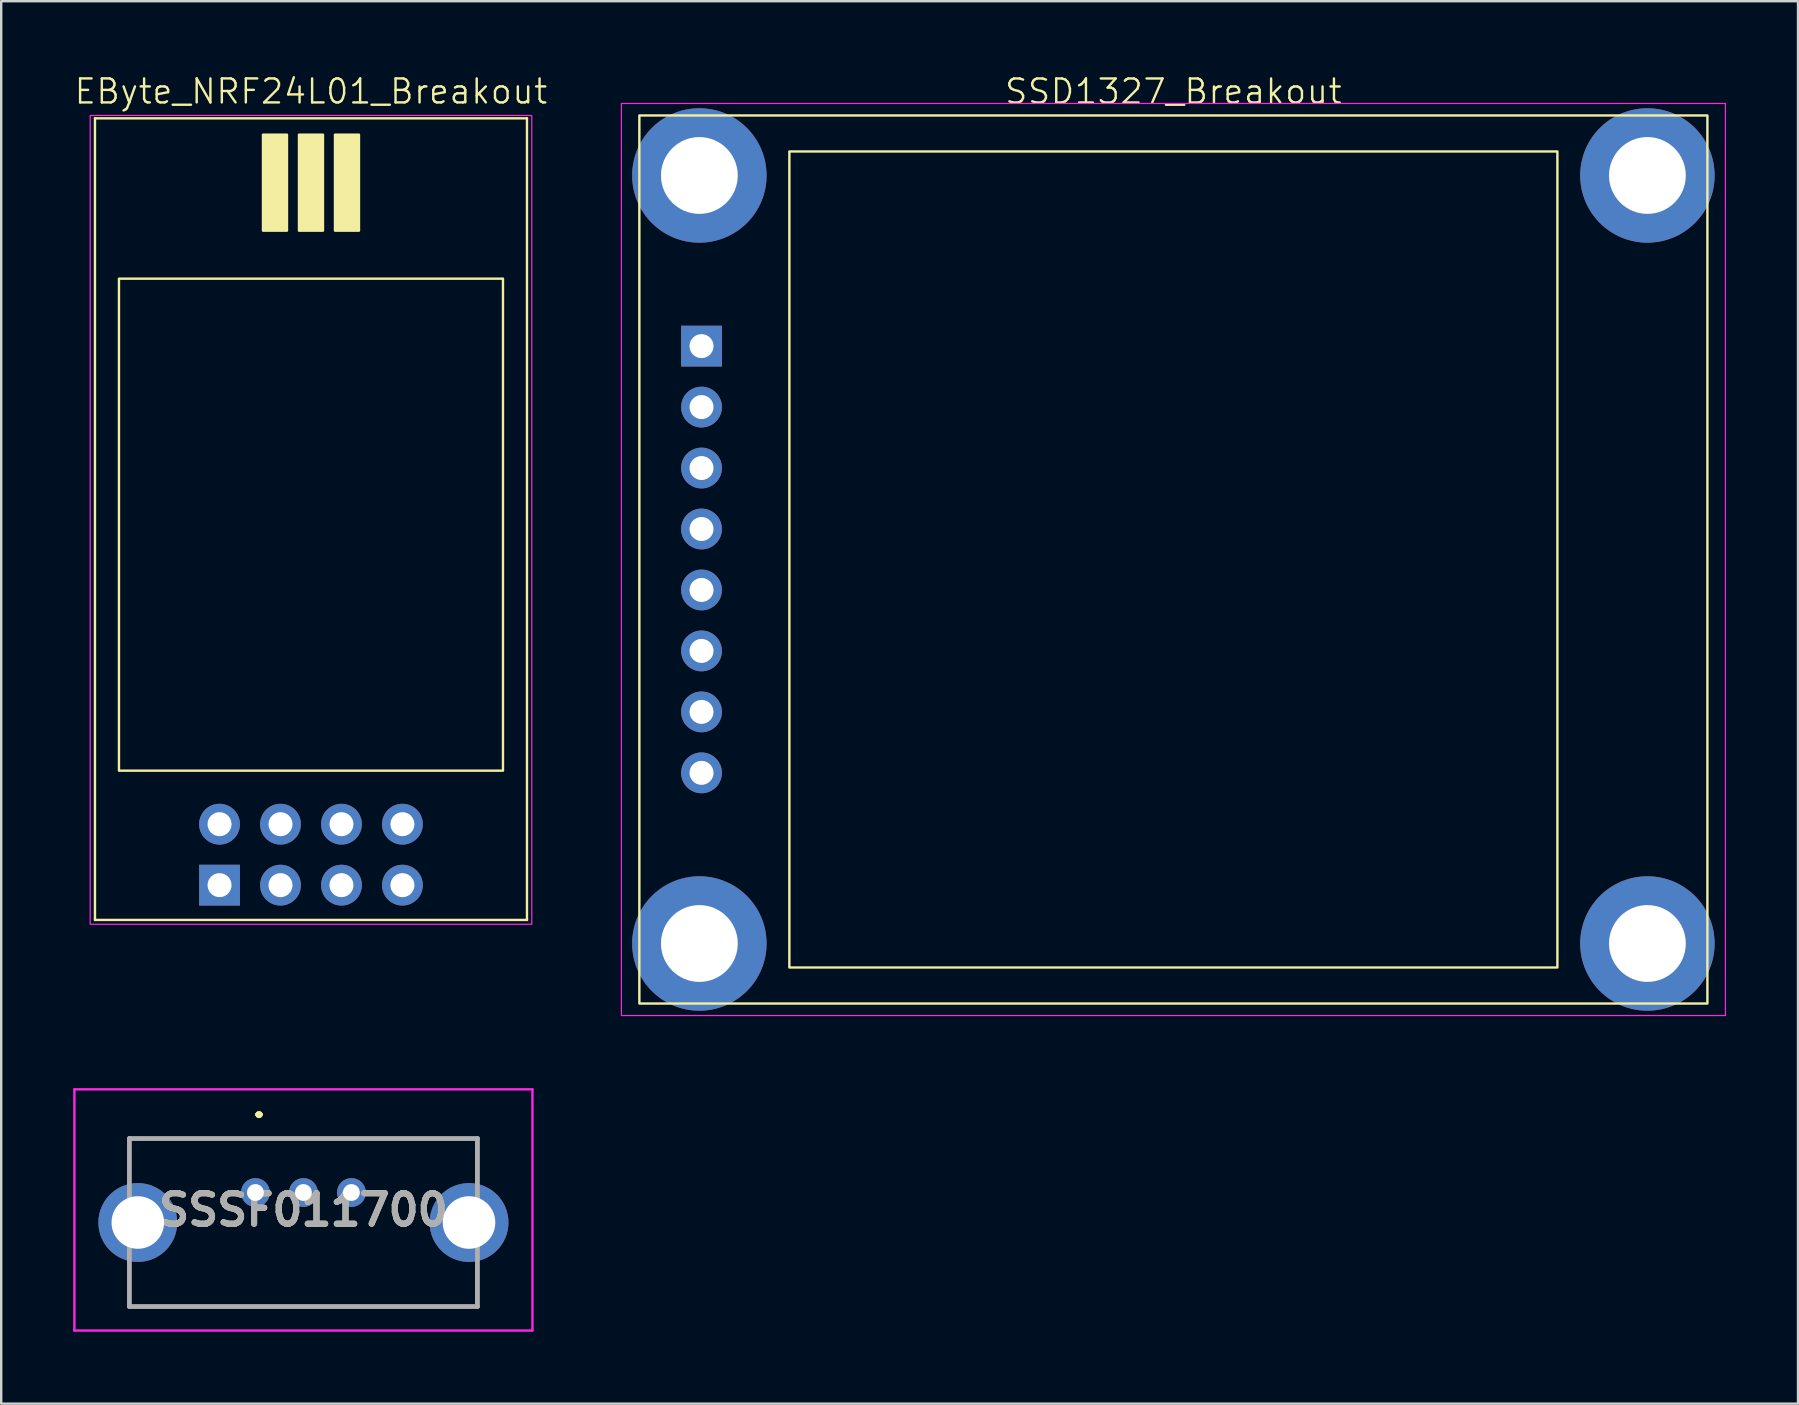
<source format=kicad_pcb>
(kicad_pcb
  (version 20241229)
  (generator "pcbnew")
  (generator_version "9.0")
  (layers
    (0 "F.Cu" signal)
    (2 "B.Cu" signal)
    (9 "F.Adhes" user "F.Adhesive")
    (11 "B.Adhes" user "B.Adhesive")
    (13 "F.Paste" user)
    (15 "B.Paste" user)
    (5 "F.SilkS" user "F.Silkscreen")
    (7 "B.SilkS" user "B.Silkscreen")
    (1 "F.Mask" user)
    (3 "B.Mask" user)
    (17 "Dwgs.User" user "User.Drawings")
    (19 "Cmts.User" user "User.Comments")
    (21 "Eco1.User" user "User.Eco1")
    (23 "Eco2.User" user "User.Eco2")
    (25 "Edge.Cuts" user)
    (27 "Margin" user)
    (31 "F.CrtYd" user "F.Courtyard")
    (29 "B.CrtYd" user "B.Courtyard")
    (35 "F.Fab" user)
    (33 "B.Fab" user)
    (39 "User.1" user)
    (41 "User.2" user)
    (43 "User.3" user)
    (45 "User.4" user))
  (footprint "EByte_NRF24L01_Breakout"
    (layer "F.Cu")
    (at 9.907 32.56)
    (property "Reference" "EByte_NRF24L01_Breakout" (at 0 -31.8 0) (unlocked yes) (layer "F.SilkS") (effects (font (size 1 1) (thickness 0.1))))
    (attr smd)
    (fp_line (start -9 -30.68) (end -9 2.72) (stroke (width 0.1) (type default)) (layer "F.SilkS"))
    (fp_line (start -9 2.72) (end 9 2.72) (stroke (width 0.1) (type default)) (layer "F.SilkS"))
    (fp_line (start 9 -30.68) (end -9 -30.68) (stroke (width 0.1) (type default)) (layer "F.SilkS"))
    (fp_line (start 9 2.72) (end 9 -30.68) (stroke (width 0.1) (type default)) (layer "F.SilkS"))
    (fp_rect (start -8 -24) (end 8 -3.5) (stroke (width 0.1) (type default)) (fill no) (layer "F.SilkS"))
    (fp_rect (start -2 -30) (end -1 -26) (stroke (width 0.1) (type solid)) (fill yes) (layer "F.SilkS"))
    (fp_rect (start -0.5 -30) (end 0.5 -26) (stroke (width 0.1) (type solid)) (fill yes) (layer "F.SilkS"))
    (fp_rect (start 1 -30) (end 2 -26) (stroke (width 0.1) (type solid)) (fill yes) (layer "F.SilkS"))
    (fp_rect (start -9.2 -30.8) (end 9.2 2.9) (stroke (width 0.05) (type default)) (fill no) (layer "F.CrtYd"))
    (pad "1" thru_hole rect (at -3.81 1.27 90) (size 1.7 1.7) (drill 1) (layers "*.Cu" "*.Mask"))
    (pad "2" thru_hole circle (at -3.81 -1.27 90) (size 1.7 1.7) (drill 1) (layers "*.Cu" "*.Mask"))
    (pad "3" thru_hole circle (at -1.27 1.27 90) (size 1.7 1.7) (drill 1) (layers "*.Cu" "*.Mask"))
    (pad "4" thru_hole circle (at -1.27 -1.27 90) (size 1.7 1.7) (drill 1) (layers "*.Cu" "*.Mask"))
    (pad "5" thru_hole circle (at 1.27 1.27 90) (size 1.7 1.7) (drill 1) (layers "*.Cu" "*.Mask"))
    (pad "6" thru_hole circle (at 1.27 -1.27 90) (size 1.7 1.7) (drill 1) (layers "*.Cu" "*.Mask"))
    (pad "7" thru_hole circle (at 3.81 1.27 90) (size 1.7 1.7) (drill 1) (layers "*.Cu" "*.Mask"))
    (pad "8" thru_hole circle (at 3.81 -1.27 90) (size 1.7 1.7) (drill 1) (layers "*.Cu" "*.Mask")))
  (footprint "SSSF011700"
    (layer "F.Cu")
    (at 7.592 46.636)
    (property "Reference" "SSSF011700" (at 2 0.725 0) (layer "F.SilkS") (effects (font (size 1.27 1.27) (thickness 0.254))))
    (attr through_hole)
    (fp_line (start -5.25 -2.25) (end -5.25 -2.25) (stroke (width 0.1) (type solid)) (layer "F.SilkS"))
    (fp_line (start -5.25 -2.25) (end -5.25 -2.25) (stroke (width 0.1) (type solid)) (layer "F.SilkS"))
    (fp_line (start -5.25 -2.25) (end -5.25 -1) (stroke (width 0.1) (type solid)) (layer "F.SilkS"))
    (fp_line (start -5.25 -2.25) (end 9.25 -2.25) (stroke (width 0.1) (type solid)) (layer "F.SilkS"))
    (fp_line (start -5.25 -1) (end -5.25 -2.25) (stroke (width 0.1) (type solid)) (layer "F.SilkS"))
    (fp_line (start -5.25 -1) (end -5.25 -1) (stroke (width 0.1) (type solid)) (layer "F.SilkS"))
    (fp_line (start -5.25 3.5) (end -5.25 3.5) (stroke (width 0.1) (type solid)) (layer "F.SilkS"))
    (fp_line (start -5.25 3.5) (end -5.25 4.75) (stroke (width 0.1) (type solid)) (layer "F.SilkS"))
    (fp_line (start -5.25 4.75) (end -5.25 3.5) (stroke (width 0.1) (type solid)) (layer "F.SilkS"))
    (fp_line (start -5.25 4.75) (end -5.25 4.75) (stroke (width 0.1) (type solid)) (layer "F.SilkS"))
    (fp_line (start -5.25 4.75) (end -5.25 4.75) (stroke (width 0.1) (type solid)) (layer "F.SilkS"))
    (fp_line (start -5.25 4.75) (end 9.25 4.75) (stroke (width 0.1) (type solid)) (layer "F.SilkS"))
    (fp_line (start 0.1 -3.25) (end 0.1 -3.25) (stroke (width 0.2) (type solid)) (layer "F.SilkS"))
    (fp_line (start 0.1 -3.25) (end 0.1 -3.25) (stroke (width 0.2) (type solid)) (layer "F.SilkS"))
    (fp_line (start 0.2 -3.25) (end 0.2 -3.25) (stroke (width 0.2) (type solid)) (layer "F.SilkS"))
    (fp_line (start 9.25 -2.25) (end -5.25 -2.25) (stroke (width 0.1) (type solid)) (layer "F.SilkS"))
    (fp_line (start 9.25 -2.25) (end 9.25 -2.25) (stroke (width 0.1) (type solid)) (layer "F.SilkS"))
    (fp_line (start 9.25 -2.25) (end 9.25 -2.25) (stroke (width 0.1) (type solid)) (layer "F.SilkS"))
    (fp_line (start 9.25 -2.25) (end 9.25 -1) (stroke (width 0.1) (type solid)) (layer "F.SilkS"))
    (fp_line (start 9.25 -1) (end 9.25 -2.25) (stroke (width 0.1) (type solid)) (layer "F.SilkS"))
    (fp_line (start 9.25 -1) (end 9.25 -1) (stroke (width 0.1) (type solid)) (layer "F.SilkS"))
    (fp_line (start 9.25 3.5) (end 9.25 3.5) (stroke (width 0.1) (type solid)) (layer "F.SilkS"))
    (fp_line (start 9.25 3.5) (end 9.25 4.75) (stroke (width 0.1) (type solid)) (layer "F.SilkS"))
    (fp_line (start 9.25 4.75) (end -5.25 4.75) (stroke (width 0.1) (type solid)) (layer "F.SilkS"))
    (fp_line (start 9.25 4.75) (end 9.25 3.5) (stroke (width 0.1) (type solid)) (layer "F.SilkS"))
    (fp_line (start 9.25 4.75) (end 9.25 4.75) (stroke (width 0.1) (type solid)) (layer "F.SilkS"))
    (fp_line (start 9.25 4.75) (end 9.25 4.75) (stroke (width 0.1) (type solid)) (layer "F.SilkS"))
    (fp_arc (start 0.1 -3.25) (mid 0.15 -3.3) (end 0.2 -3.25) (stroke (width 0.2) (type solid)) (layer "F.SilkS"))
    (fp_arc (start 0.2 -3.25) (mid 0.15 -3.2) (end 0.1 -3.25) (stroke (width 0.2) (type solid)) (layer "F.SilkS"))
    (fp_arc (start 0.2 -3.25) (mid 0.15 -3.2) (end 0.1 -3.25) (stroke (width 0.2) (type solid)) (layer "F.SilkS"))
    (fp_line (start -7.542 -4.3) (end 11.542 -4.3) (stroke (width 0.1) (type solid)) (layer "F.CrtYd"))
    (fp_line (start -7.542 5.75) (end -7.542 -4.3) (stroke (width 0.1) (type solid)) (layer "F.CrtYd"))
    (fp_line (start 11.542 -4.3) (end 11.542 5.75) (stroke (width 0.1) (type solid)) (layer "F.CrtYd"))
    (fp_line (start 11.542 5.75) (end -7.542 5.75) (stroke (width 0.1) (type solid)) (layer "F.CrtYd"))
    (fp_line (start -5.25 -2.25) (end -5.25 4.75) (stroke (width 0.2) (type solid)) (layer "F.Fab"))
    (fp_line (start -5.25 4.75) (end 9.25 4.75) (stroke (width 0.2) (type solid)) (layer "F.Fab"))
    (fp_line (start 9.25 -2.25) (end -5.25 -2.25) (stroke (width 0.2) (type solid)) (layer "F.Fab"))
    (fp_line (start 9.25 4.75) (end 9.25 -2.25) (stroke (width 0.2) (type solid)) (layer "F.Fab"))
    (fp_text user "${REFERENCE}" (at 2 0.725 0) (layer "F.Fab") (effects (font (size 1.27 1.27) (thickness 0.254))))
    (pad "1" thru_hole circle (at 0 0) (size 1.2 1.2) (drill 0.7) (layers "*.Cu" "*.Mask"))
    (pad "2" thru_hole circle (at 2 0) (size 1.2 1.2) (drill 0.7) (layers "*.Cu" "*.Mask"))
    (pad "3" thru_hole circle (at 4 0) (size 1.2 1.2) (drill 0.7) (layers "*.Cu" "*.Mask"))
    (pad "MH1" thru_hole circle (at -4.9 1.25) (size 3.285 3.285) (drill 2.19) (layers "*.Cu" "*.Mask"))
    (pad "MH2" thru_hole circle (at 8.9 1.25) (size 3.285 3.285) (drill 2.19) (layers "*.Cu" "*.Mask")))
  (footprint "SSD1327_Breakout"
    (layer "F.Cu")
    (at 45.839 20.261)
    (property "Reference" "SSD1327_Breakout" (at 0 -19.5 0) (unlocked yes) (layer "F.SilkS") (effects (font (size 1 1) (thickness 0.1))))
    (attr smd)
    (fp_rect (start -22.25 -18.5) (end 22.25 18.5) (stroke (width 0.1) (type default)) (fill no) (layer "F.SilkS"))
    (fp_rect (start -16 -17) (end 16 17) (stroke (width 0.1) (type default)) (fill no) (layer "F.SilkS"))
    (fp_rect (start -23 -19) (end 23 19) (stroke (width 0.05) (type default)) (fill no) (layer "F.CrtYd"))
    (pad "1" thru_hole rect (at -19.66 -8.89) (size 1.7 1.7) (drill 1) (layers "*.Cu" "*.Mask"))
    (pad "2" thru_hole oval (at -19.66 -6.35) (size 1.7 1.7) (drill 1) (layers "*.Cu" "*.Mask"))
    (pad "3" thru_hole oval (at -19.66 -3.81) (size 1.7 1.7) (drill 1) (layers "*.Cu" "*.Mask"))
    (pad "4" thru_hole oval (at -19.66 -1.27) (size 1.7 1.7) (drill 1) (layers "*.Cu" "*.Mask"))
    (pad "5" thru_hole oval (at -19.66 1.27) (size 1.7 1.7) (drill 1) (layers "*.Cu" "*.Mask"))
    (pad "6" thru_hole oval (at -19.66 3.81) (size 1.7 1.7) (drill 1) (layers "*.Cu" "*.Mask"))
    (pad "7" thru_hole oval (at -19.66 6.35) (size 1.7 1.7) (drill 1) (layers "*.Cu" "*.Mask"))
    (pad "8" thru_hole oval (at -19.66 8.89) (size 1.7 1.7) (drill 1) (layers "*.Cu" "*.Mask"))
    (pad "X" thru_hole circle (at -19.75 -16) (size 3.6 3.6) (drill 3.2) (layers "*.Cu" "*.Mask"))
    (pad "X" connect circle (at -19.75 -16) (size 5.6 5.6) (layers "F.Cu" "F.Mask"))
    (pad "X" connect circle (at -19.75 -16) (size 5.6 5.6) (layers "B.Cu" "B.Mask"))
    (pad "X" thru_hole circle (at -19.75 16) (size 3.6 3.6) (drill 3.2) (layers "*.Cu" "*.Mask"))
    (pad "X" connect circle (at -19.75 16) (size 5.6 5.6) (layers "F.Cu" "F.Mask"))
    (pad "X" connect circle (at -19.75 16) (size 5.6 5.6) (layers "B.Cu" "B.Mask"))
    (pad "X" thru_hole circle (at 19.75 -16) (size 3.6 3.6) (drill 3.2) (layers "*.Cu" "*.Mask"))
    (pad "X" connect circle (at 19.75 -16) (size 5.6 5.6) (layers "F.Cu" "F.Mask"))
    (pad "X" connect circle (at 19.75 -16) (size 5.6 5.6) (layers "B.Cu" "B.Mask"))
    (pad "X" thru_hole circle (at 19.75 16) (size 3.6 3.6) (drill 3.2) (layers "*.Cu" "*.Mask"))
    (pad "X" connect circle (at 19.75 16) (size 5.6 5.6) (layers "F.Cu" "F.Mask"))
    (pad "X" connect circle (at 19.75 16) (size 5.6 5.6) (layers "B.Cu" "B.Mask")))
  (gr_rect
    (start -3 -3)
    (end 71.864 55.435)
    (stroke (width 0.1) (type default))
    (fill no)
    (layer "Edge.Cuts")))
</source>
